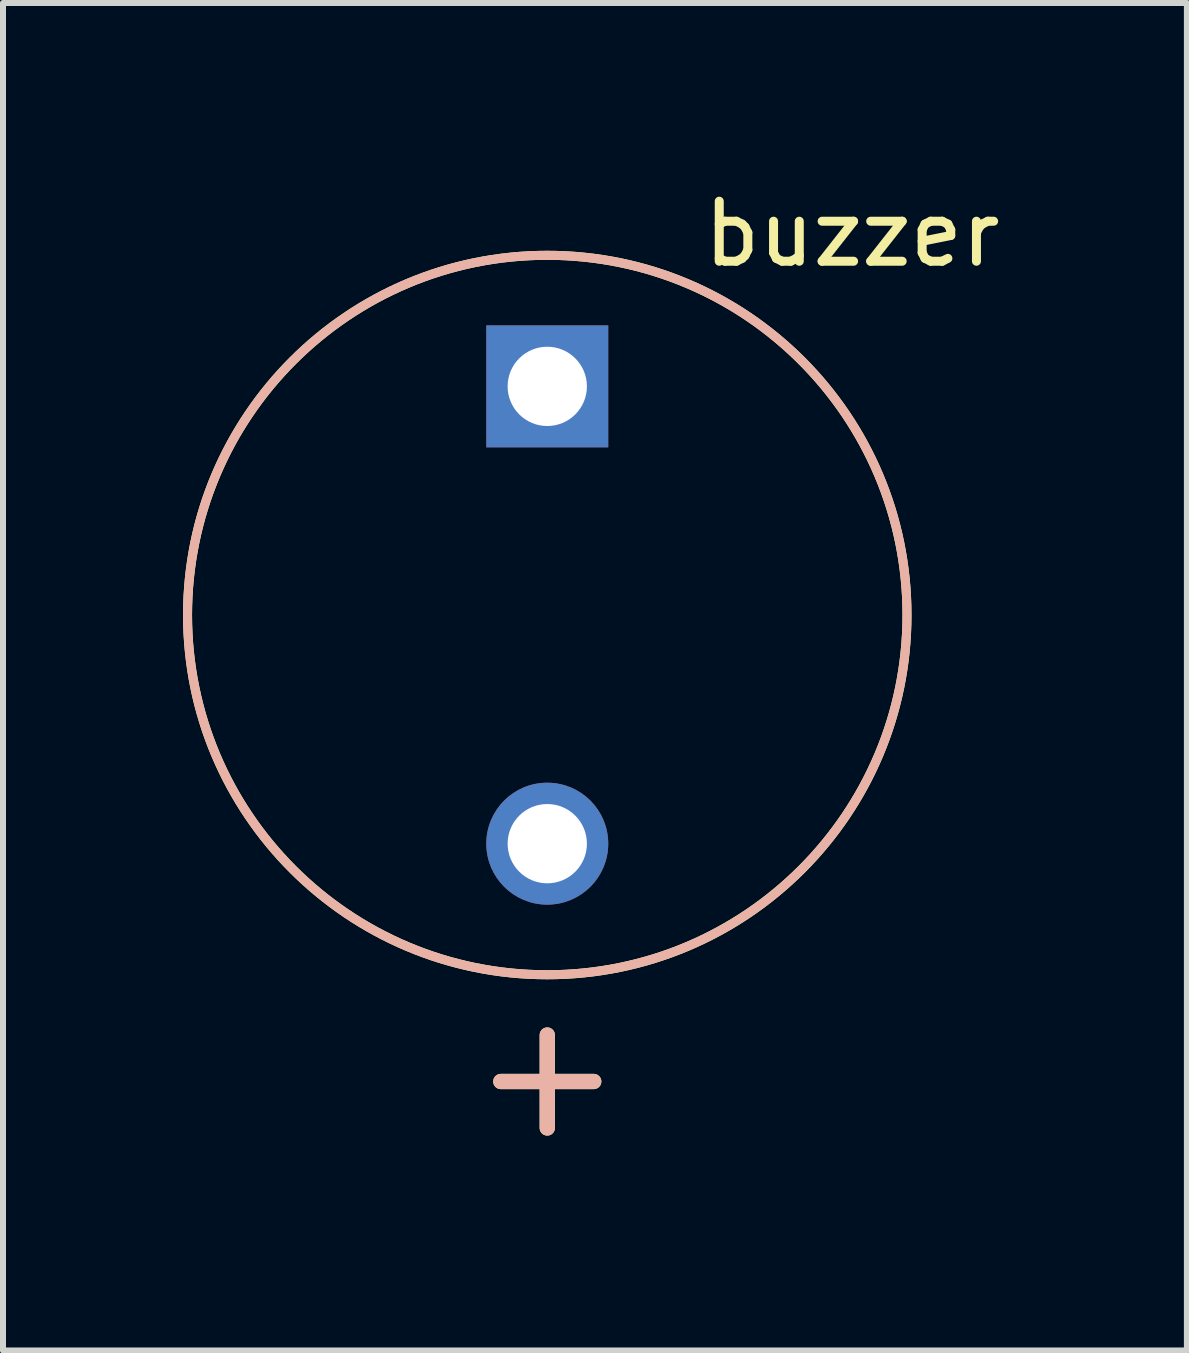
<source format=kicad_pcb>
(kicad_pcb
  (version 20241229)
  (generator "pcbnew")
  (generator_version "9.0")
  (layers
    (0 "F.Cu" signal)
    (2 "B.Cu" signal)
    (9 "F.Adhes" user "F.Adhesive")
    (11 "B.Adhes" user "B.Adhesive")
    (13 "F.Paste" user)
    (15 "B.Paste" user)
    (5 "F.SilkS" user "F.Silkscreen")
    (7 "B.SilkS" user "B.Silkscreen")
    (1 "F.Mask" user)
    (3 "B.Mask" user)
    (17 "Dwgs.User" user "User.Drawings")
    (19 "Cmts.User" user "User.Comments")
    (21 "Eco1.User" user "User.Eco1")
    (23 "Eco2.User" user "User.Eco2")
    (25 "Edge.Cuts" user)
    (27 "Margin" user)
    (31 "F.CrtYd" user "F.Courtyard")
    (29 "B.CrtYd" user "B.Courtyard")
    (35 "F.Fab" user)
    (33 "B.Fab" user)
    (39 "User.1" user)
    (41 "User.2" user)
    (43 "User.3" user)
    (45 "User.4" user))
  (footprint "buzzer"
    (layer "F.Cu")
    (at 6.069 7.198)
    (property "Reference" "buzzer" (at 5.08 -6.35 0) (layer "F.SilkS") (effects (font (size 1 1) (thickness 0.15))))
    (attr through_hole)
    (fp_circle (center 0 0) (end 5.994 0) (stroke (width 0.15) (type solid)) (fill no) (layer "F.SilkS"))
    (fp_circle (center 0 0) (end 5.994 0) (stroke (width 0.15) (type solid)) (fill no) (layer "B.SilkS"))
    (fp_text user "+" (at 0 7.62 0) (layer "F.SilkS") (effects (font (size 2.032 2.032) (thickness 0.254))))
    (fp_text user "+" (at 0 7.62 0) (layer "B.SilkS") (effects (font (size 2.032 2.032) (thickness 0.254))))
    (pad "1" thru_hole rect (at 0 -3.81) (size 2.032 2.032) (drill 1.321) (layers "*.Cu" "*.Mask"))
    (pad "2" thru_hole circle (at 0 3.81) (size 2.032 2.032) (drill 1.321) (layers "*.Cu" "*.Mask")))
  (gr_rect
    (start -3 -3)
    (end 16.727 19.453)
    (stroke (width 0.1) (type default))
    (fill no)
    (layer "Edge.Cuts")))
</source>
